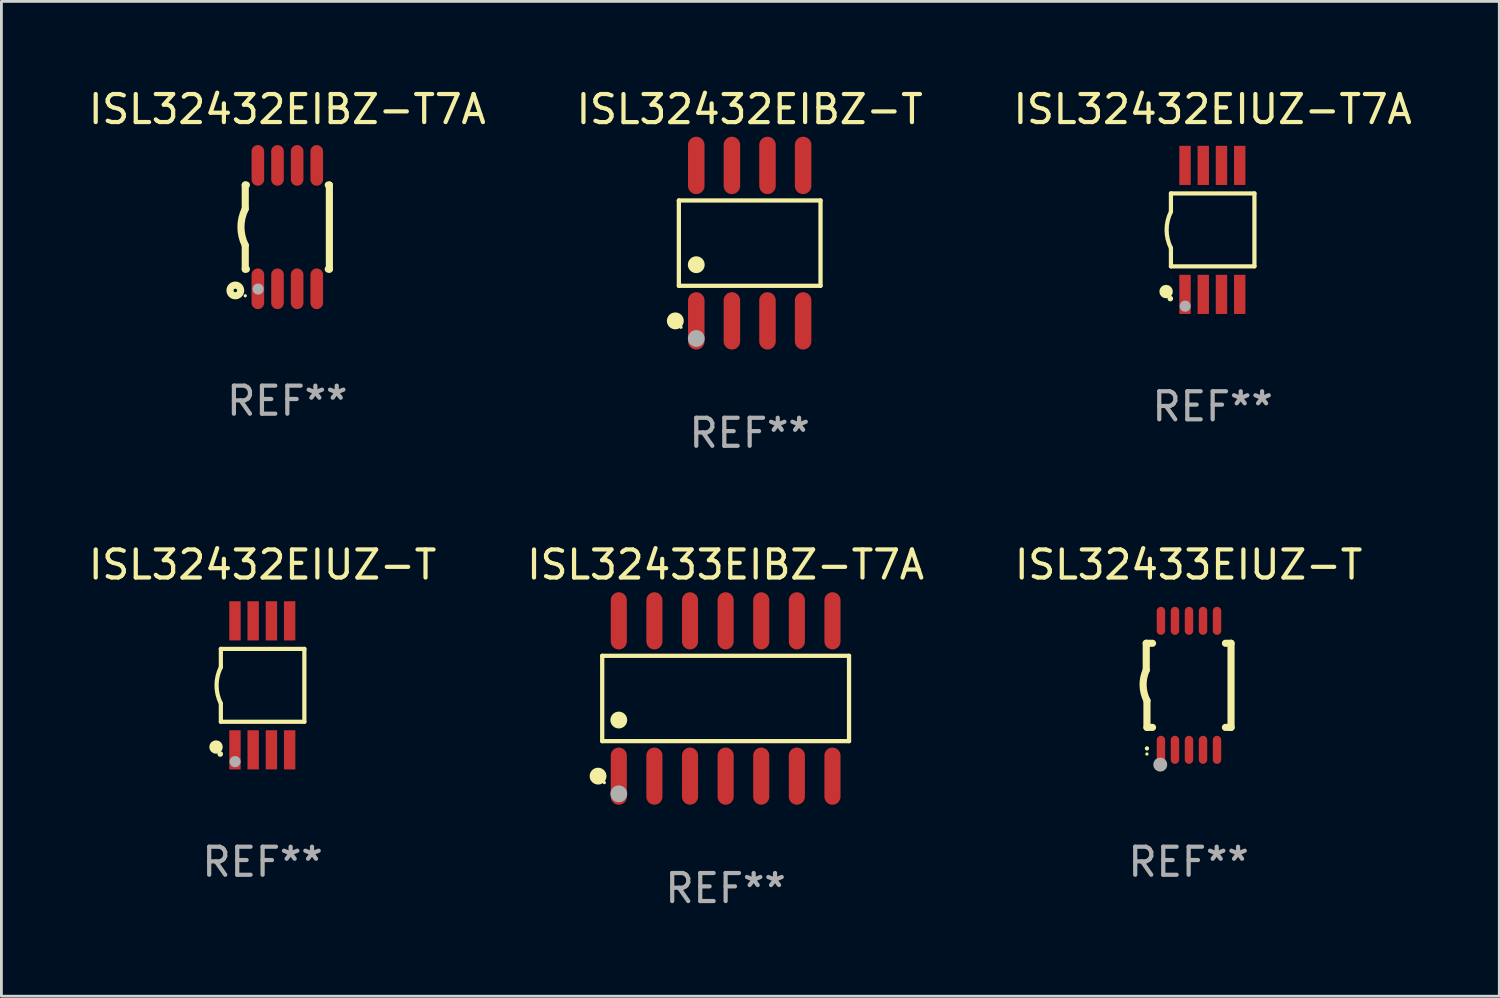
<source format=kicad_pcb>
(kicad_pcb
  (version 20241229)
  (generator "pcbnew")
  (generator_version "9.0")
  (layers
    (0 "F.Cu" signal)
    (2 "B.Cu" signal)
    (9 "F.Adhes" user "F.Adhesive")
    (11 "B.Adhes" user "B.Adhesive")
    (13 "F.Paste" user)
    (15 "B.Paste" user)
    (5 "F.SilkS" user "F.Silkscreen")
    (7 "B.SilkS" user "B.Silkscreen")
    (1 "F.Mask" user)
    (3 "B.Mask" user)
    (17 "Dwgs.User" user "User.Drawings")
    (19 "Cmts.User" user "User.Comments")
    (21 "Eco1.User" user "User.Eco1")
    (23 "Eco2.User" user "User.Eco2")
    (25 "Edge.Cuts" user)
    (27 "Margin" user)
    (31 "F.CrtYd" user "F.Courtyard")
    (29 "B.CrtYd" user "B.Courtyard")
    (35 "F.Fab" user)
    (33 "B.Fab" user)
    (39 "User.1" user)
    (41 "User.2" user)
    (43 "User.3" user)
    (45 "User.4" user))
  (footprint "ISL32432EIUZ-T7A"
    (layer "F.Cu")
    (at 40.196 5.148)
    (property "Reference" "ISL32432EIUZ-T7A" (at 0 -4.3 0) (layer "F.SilkS") (effects (font (size 1 1) (thickness 0.15))))
    (attr through_hole)
    (fp_line (start -1.489 -1.3) (end -1.489 -0.648) (stroke (width 0.15) (type solid)) (layer "F.SilkS"))
    (fp_line (start -1.489 0.648) (end -1.489 1.3) (stroke (width 0.15) (type solid)) (layer "F.SilkS"))
    (fp_line (start -1.489 1.3) (end 1.489 1.3) (stroke (width 0.15) (type solid)) (layer "F.SilkS"))
    (fp_line (start 1.489 -1.3) (end -1.489 -1.3) (stroke (width 0.15) (type solid)) (layer "F.SilkS"))
    (fp_line (start 1.489 1.3) (end 1.489 -1.3) (stroke (width 0.15) (type solid)) (layer "F.SilkS"))
    (fp_arc (start -1.489205 0.647702) (mid -1.642107 0) (end -1.489205 -0.647701) (stroke (width 0.150013) (type solid)) (layer "F.SilkS"))
    (fp_circle (center -1.661 2.2) (end -1.541 2.2) (stroke (width 0.24) (type solid)) (fill no) (layer "F.SilkS"))
    (fp_circle (center -1.511 2.45) (end -1.461 2.45) (stroke (width 0.1) (type solid)) (fill no) (layer "F.SilkS"))
    (fp_circle (center -0.981 2.72) (end -0.881 2.72) (stroke (width 0.2) (type solid)) (fill no) (layer "F.Fab"))
    (fp_text user "REF**" (at 0 6.3 0) (layer "F.Fab") (effects (font (size 1 1) (thickness 0.15))))
    (pad "1" smd rect (at -0.986 2.3) (size 0.406 1.397) (layers "F.Cu" "F.Mask" "F.Paste"))
    (pad "2" smd rect (at -0.336 2.3) (size 0.406 1.397) (layers "F.Cu" "F.Mask" "F.Paste"))
    (pad "3" smd rect (at 0.314 2.3) (size 0.406 1.397) (layers "F.Cu" "F.Mask" "F.Paste"))
    (pad "4" smd rect (at 0.964 2.3) (size 0.406 1.397) (layers "F.Cu" "F.Mask" "F.Paste"))
    (pad "5" smd rect (at 0.964 -2.3) (size 0.406 1.397) (layers "F.Cu" "F.Mask" "F.Paste"))
    (pad "6" smd rect (at 0.314 -2.3) (size 0.406 1.397) (layers "F.Cu" "F.Mask" "F.Paste"))
    (pad "7" smd rect (at -0.336 -2.3) (size 0.406 1.397) (layers "F.Cu" "F.Mask" "F.Paste"))
    (pad "8" smd rect (at -0.986 -2.3) (size 0.406 1.397) (layers "F.Cu" "F.Mask" "F.Paste")))
  (footprint "ISL32432EIUZ-T"
    (layer "F.Cu")
    (at 6.315 21.39)
    (property "Reference" "ISL32432EIUZ-T" (at 0 -4.3 0) (layer "F.SilkS") (effects (font (size 1 1) (thickness 0.15))))
    (attr through_hole)
    (fp_line (start -1.489 -1.3) (end -1.489 -0.648) (stroke (width 0.15) (type solid)) (layer "F.SilkS"))
    (fp_line (start -1.489 0.648) (end -1.489 1.3) (stroke (width 0.15) (type solid)) (layer "F.SilkS"))
    (fp_line (start -1.489 1.3) (end 1.489 1.3) (stroke (width 0.15) (type solid)) (layer "F.SilkS"))
    (fp_line (start 1.489 -1.3) (end -1.489 -1.3) (stroke (width 0.15) (type solid)) (layer "F.SilkS"))
    (fp_line (start 1.489 1.3) (end 1.489 -1.3) (stroke (width 0.15) (type solid)) (layer "F.SilkS"))
    (fp_arc (start -1.489205 0.647702) (mid -1.642107 0) (end -1.489205 -0.647701) (stroke (width 0.150013) (type solid)) (layer "F.SilkS"))
    (fp_circle (center -1.661 2.2) (end -1.541 2.2) (stroke (width 0.24) (type solid)) (fill no) (layer "F.SilkS"))
    (fp_circle (center -1.511 2.45) (end -1.461 2.45) (stroke (width 0.1) (type solid)) (fill no) (layer "F.SilkS"))
    (fp_circle (center -0.981 2.72) (end -0.881 2.72) (stroke (width 0.2) (type solid)) (fill no) (layer "F.Fab"))
    (fp_text user "REF**" (at 0 6.3 0) (layer "F.Fab") (effects (font (size 1 1) (thickness 0.15))))
    (pad "1" smd rect (at -0.986 2.3) (size 0.406 1.397) (layers "F.Cu" "F.Mask" "F.Paste"))
    (pad "2" smd rect (at -0.336 2.3) (size 0.406 1.397) (layers "F.Cu" "F.Mask" "F.Paste"))
    (pad "3" smd rect (at 0.314 2.3) (size 0.406 1.397) (layers "F.Cu" "F.Mask" "F.Paste"))
    (pad "4" smd rect (at 0.964 2.3) (size 0.406 1.397) (layers "F.Cu" "F.Mask" "F.Paste"))
    (pad "5" smd rect (at 0.964 -2.3) (size 0.406 1.397) (layers "F.Cu" "F.Mask" "F.Paste"))
    (pad "6" smd rect (at 0.314 -2.3) (size 0.406 1.397) (layers "F.Cu" "F.Mask" "F.Paste"))
    (pad "7" smd rect (at -0.336 -2.3) (size 0.406 1.397) (layers "F.Cu" "F.Mask" "F.Paste"))
    (pad "8" smd rect (at -0.986 -2.3) (size 0.406 1.397) (layers "F.Cu" "F.Mask" "F.Paste")))
  (footprint "ISL32433EIUZ-T"
    (layer "F.Cu")
    (at 39.339 21.39)
    (property "Reference" "ISL32433EIUZ-T" (at 0 -4.3 0) (layer "F.SilkS") (effects (font (size 1 1) (thickness 0.15))))
    (attr through_hole)
    (fp_line (start -1.512 -1.5) (end -1.512 -0.546) (stroke (width 0.254) (type solid)) (layer "F.SilkS"))
    (fp_line (start -1.487 0.546) (end -1.487 1.5) (stroke (width 0.254) (type solid)) (layer "F.SilkS"))
    (fp_line (start -1.288 -1.5) (end -1.512 -1.5) (stroke (width 0.254) (type solid)) (layer "F.SilkS"))
    (fp_line (start -1.288 1.5) (end -1.487 1.5) (stroke (width 0.254) (type solid)) (layer "F.SilkS"))
    (fp_line (start 1.512 -1.5) (end 1.312 -1.5) (stroke (width 0.254) (type solid)) (layer "F.SilkS"))
    (fp_line (start 1.512 -1.5) (end 1.512 1.5) (stroke (width 0.254) (type solid)) (layer "F.SilkS"))
    (fp_line (start 1.512 1.5) (end 1.312 1.5) (stroke (width 0.254) (type solid)) (layer "F.SilkS"))
    (fp_arc (start -1.487998 2.250013) (mid -1.486728 2.250007) (end -1.485458 2.250013) (stroke (width 0.150013) (type solid)) (layer "F.SilkS"))
    (fp_arc (start -1.486602 0.546102) (mid -1.624196 0.002905) (end -1.512002 -0.546101) (stroke (width 0.254001) (type solid)) (layer "F.SilkS"))
    (fp_circle (center -1.488 2.45) (end -1.458 2.45) (stroke (width 0.06) (type solid)) (fill no) (layer "F.SilkS"))
    (fp_circle (center -1.012 2.828) (end -0.887 2.828) (stroke (width 0.25) (type solid)) (fill no) (layer "F.Fab"))
    (fp_text user "REF**" (at 0 6.3 0) (layer "F.Fab") (effects (font (size 1 1) (thickness 0.15))))
    (pad "1" smd oval (at -0.988 2.3) (size 0.3 1) (layers "F.Cu" "F.Mask" "F.Paste"))
    (pad "2" smd oval (at -0.488 2.3) (size 0.3 1) (layers "F.Cu" "F.Mask" "F.Paste"))
    (pad "3" smd oval (at 0.012 2.3) (size 0.3 1) (layers "F.Cu" "F.Mask" "F.Paste"))
    (pad "4" smd oval (at 0.512 2.3) (size 0.3 1) (layers "F.Cu" "F.Mask" "F.Paste"))
    (pad "5" smd oval (at 1.012 2.3) (size 0.3 1) (layers "F.Cu" "F.Mask" "F.Paste"))
    (pad "6" smd oval (at 1.012 -2.3) (size 0.3 1) (layers "F.Cu" "F.Mask" "F.Paste"))
    (pad "7" smd oval (at 0.512 -2.3) (size 0.3 1) (layers "F.Cu" "F.Mask" "F.Paste"))
    (pad "8" smd oval (at 0.012 -2.3) (size 0.3 1) (layers "F.Cu" "F.Mask" "F.Paste"))
    (pad "9" smd oval (at -0.488 -2.3) (size 0.3 1) (layers "F.Cu" "F.Mask" "F.Paste"))
    (pad "10" smd oval (at -0.988 -2.3) (size 0.3 1) (layers "F.Cu" "F.Mask" "F.Paste")))
  (footprint "ISL32432EIBZ-T7A"
    (layer "F.Cu")
    (at 7.196 5.048)
    (property "Reference" "ISL32432EIBZ-T7A" (at 0 -4.2 0) (layer "F.SilkS") (effects (font (size 1 1) (thickness 0.15))))
    (attr through_hole)
    (fp_line (start -1.5 -1.5) (end -1.5 -0.65) (stroke (width 0.254) (type solid)) (layer "F.SilkS"))
    (fp_line (start -1.5 -1.5) (end -1.46 -1.5) (stroke (width 0.254) (type solid)) (layer "F.SilkS"))
    (fp_line (start -1.5 1.5) (end -1.5 0.65) (stroke (width 0.254) (type solid)) (layer "F.SilkS"))
    (fp_line (start -1.5 1.5) (end -1.46 1.5) (stroke (width 0.254) (type solid)) (layer "F.SilkS"))
    (fp_line (start 1.46 -1.5) (end 1.5 -1.5) (stroke (width 0.254) (type solid)) (layer "F.SilkS"))
    (fp_line (start 1.46 1.5) (end 1.5 1.5) (stroke (width 0.254) (type solid)) (layer "F.SilkS"))
    (fp_line (start 1.5 -1.5) (end 1.5 1.5) (stroke (width 0.254) (type solid)) (layer "F.SilkS"))
    (fp_arc (start -1.499898 0.648844) (mid -1.653254 -0.000623) (end -1.5 -0.650114) (stroke (width 0.254001) (type solid)) (layer "F.SilkS"))
    (fp_circle (center -1.854 2.26) (end -1.664 2.26) (stroke (width 0.254) (type solid)) (fill no) (layer "F.SilkS"))
    (fp_circle (center -1.5 2.45) (end -1.47 2.45) (stroke (width 0.06) (type solid)) (fill no) (layer "F.SilkS"))
    (fp_circle (center -1.041 2.21) (end -0.941 2.21) (stroke (width 0.2) (type solid)) (fill no) (layer "F.Fab"))
    (fp_text user "REF**" (at 0 6.2 0) (layer "F.Fab") (effects (font (size 1 1) (thickness 0.15))))
    (pad "1" smd oval (at -1.05 2.2 180) (size 0.45 1.45) (layers "F.Cu" "F.Mask" "F.Paste"))
    (pad "2" smd oval (at -0.35 2.2 180) (size 0.45 1.45) (layers "F.Cu" "F.Mask" "F.Paste"))
    (pad "3" smd oval (at 0.35 2.2 180) (size 0.45 1.45) (layers "F.Cu" "F.Mask" "F.Paste"))
    (pad "4" smd oval (at 1.05 2.2 180) (size 0.45 1.45) (layers "F.Cu" "F.Mask" "F.Paste"))
    (pad "5" smd oval (at 1.05 -2.2 180) (size 0.45 1.45) (layers "F.Cu" "F.Mask" "F.Paste"))
    (pad "6" smd oval (at 0.35 -2.2 180) (size 0.45 1.45) (layers "F.Cu" "F.Mask" "F.Paste"))
    (pad "7" smd oval (at -0.35 -2.2 180) (size 0.45 1.45) (layers "F.Cu" "F.Mask" "F.Paste"))
    (pad "8" smd oval (at -1.05 -2.2 180) (size 0.45 1.45) (layers "F.Cu" "F.Mask" "F.Paste")))
  (footprint "ISL32432EIBZ-T"
    (layer "F.Cu")
    (at 23.685 5.621)
    (property "Reference" "ISL32432EIBZ-T" (at 0 -4.772 0) (layer "F.SilkS") (effects (font (size 1 1) (thickness 0.15))))
    (attr through_hole)
    (fp_line (start -2.526 -1.521) (end 2.526 -1.521) (stroke (width 0.152) (type solid)) (layer "F.SilkS"))
    (fp_line (start -2.526 1.521) (end -2.526 -1.521) (stroke (width 0.152) (type solid)) (layer "F.SilkS"))
    (fp_line (start 2.526 -1.521) (end 2.526 1.521) (stroke (width 0.152) (type solid)) (layer "F.SilkS"))
    (fp_line (start 2.526 1.521) (end -2.526 1.521) (stroke (width 0.152) (type solid)) (layer "F.SilkS"))
    (fp_circle (center -2.652 2.772) (end -2.501 2.772) (stroke (width 0.3) (type solid)) (fill no) (layer "F.SilkS"))
    (fp_circle (center -2.45 3) (end -2.42 3) (stroke (width 0.06) (type solid)) (fill no) (layer "F.SilkS"))
    (fp_circle (center -1.905 0.769) (end -1.755 0.769) (stroke (width 0.3) (type solid)) (fill no) (layer "F.SilkS"))
    (fp_circle (center -1.905 3.4) (end -1.755 3.4) (stroke (width 0.3) (type solid)) (fill no) (layer "F.Fab"))
    (fp_text user "REF**" (at 0 6.772 0) (layer "F.Fab") (effects (font (size 1 1) (thickness 0.15))))
    (pad "1" smd oval (at -1.905 2.772) (size 0.588 2.045) (layers "F.Cu" "F.Mask" "F.Paste"))
    (pad "2" smd oval (at -0.635 2.772) (size 0.588 2.045) (layers "F.Cu" "F.Mask" "F.Paste"))
    (pad "3" smd oval (at 0.635 2.772) (size 0.588 2.045) (layers "F.Cu" "F.Mask" "F.Paste"))
    (pad "4" smd oval (at 1.905 2.772) (size 0.588 2.045) (layers "F.Cu" "F.Mask" "F.Paste"))
    (pad "5" smd oval (at 1.905 -2.772) (size 0.588 2.045) (layers "F.Cu" "F.Mask" "F.Paste"))
    (pad "6" smd oval (at 0.635 -2.772) (size 0.588 2.045) (layers "F.Cu" "F.Mask" "F.Paste"))
    (pad "7" smd oval (at -0.635 -2.772) (size 0.588 2.045) (layers "F.Cu" "F.Mask" "F.Paste"))
    (pad "8" smd oval (at -1.905 -2.772) (size 0.588 2.045) (layers "F.Cu" "F.Mask" "F.Paste")))
  (footprint "ISL32433EIBZ-T7A"
    (layer "F.Cu")
    (at 22.827 21.859)
    (property "Reference" "ISL32433EIBZ-T7A" (at 0 -4.769 0) (layer "F.SilkS") (effects (font (size 1 1) (thickness 0.15))))
    (attr through_hole)
    (fp_line (start -4.401 -1.521) (end 4.401 -1.521) (stroke (width 0.152) (type solid)) (layer "F.SilkS"))
    (fp_line (start -4.401 1.521) (end -4.401 -1.521) (stroke (width 0.152) (type solid)) (layer "F.SilkS"))
    (fp_line (start 4.401 -1.521) (end 4.401 1.521) (stroke (width 0.152) (type solid)) (layer "F.SilkS"))
    (fp_line (start 4.401 1.521) (end -4.401 1.521) (stroke (width 0.152) (type solid)) (layer "F.SilkS"))
    (fp_circle (center -4.549 2.769) (end -4.399 2.769) (stroke (width 0.3) (type solid)) (fill no) (layer "F.SilkS"))
    (fp_circle (center -4.325 3) (end -4.295 3) (stroke (width 0.06) (type solid)) (fill no) (layer "F.SilkS"))
    (fp_circle (center -3.81 0.769) (end -3.66 0.769) (stroke (width 0.3) (type solid)) (fill no) (layer "F.SilkS"))
    (fp_circle (center -3.81 3.4) (end -3.66 3.4) (stroke (width 0.3) (type solid)) (fill no) (layer "F.Fab"))
    (fp_text user "REF**" (at 0 6.769 0) (layer "F.Fab") (effects (font (size 1 1) (thickness 0.15))))
    (pad "1" smd oval (at -3.81 2.769) (size 0.574 2.038) (layers "F.Cu" "F.Mask" "F.Paste"))
    (pad "2" smd oval (at -2.54 2.769) (size 0.574 2.038) (layers "F.Cu" "F.Mask" "F.Paste"))
    (pad "3" smd oval (at -1.27 2.769) (size 0.574 2.038) (layers "F.Cu" "F.Mask" "F.Paste"))
    (pad "4" smd oval (at 0 2.769) (size 0.574 2.038) (layers "F.Cu" "F.Mask" "F.Paste"))
    (pad "5" smd oval (at 1.27 2.769) (size 0.574 2.038) (layers "F.Cu" "F.Mask" "F.Paste"))
    (pad "6" smd oval (at 2.54 2.769) (size 0.574 2.038) (layers "F.Cu" "F.Mask" "F.Paste"))
    (pad "7" smd oval (at 3.81 2.769) (size 0.574 2.038) (layers "F.Cu" "F.Mask" "F.Paste"))
    (pad "8" smd oval (at 3.81 -2.769) (size 0.574 2.038) (layers "F.Cu" "F.Mask" "F.Paste"))
    (pad "9" smd oval (at 2.54 -2.769) (size 0.574 2.038) (layers "F.Cu" "F.Mask" "F.Paste"))
    (pad "10" smd oval (at 1.27 -2.769) (size 0.574 2.038) (layers "F.Cu" "F.Mask" "F.Paste"))
    (pad "11" smd oval (at 0 -2.769) (size 0.574 2.038) (layers "F.Cu" "F.Mask" "F.Paste"))
    (pad "12" smd oval (at -1.27 -2.769) (size 0.574 2.038) (layers "F.Cu" "F.Mask" "F.Paste"))
    (pad "13" smd oval (at -2.54 -2.769) (size 0.574 2.038) (layers "F.Cu" "F.Mask" "F.Paste"))
    (pad "14" smd oval (at -3.81 -2.769) (size 0.574 2.038) (layers "F.Cu" "F.Mask" "F.Paste")))
  (gr_rect
    (start -3 -3)
    (end 50.417 32.476)
    (stroke (width 0.1) (type default))
    (fill no)
    (layer "Edge.Cuts")))
</source>
